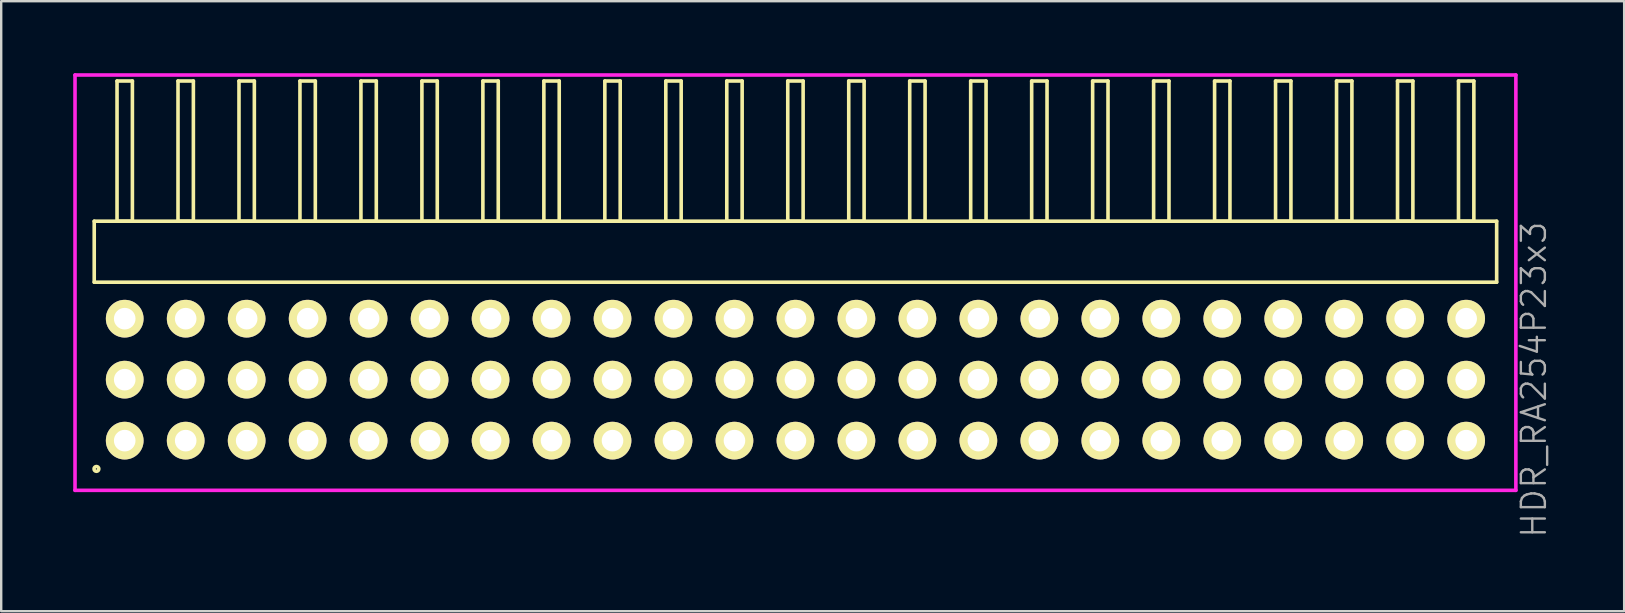
<source format=kicad_pcb>
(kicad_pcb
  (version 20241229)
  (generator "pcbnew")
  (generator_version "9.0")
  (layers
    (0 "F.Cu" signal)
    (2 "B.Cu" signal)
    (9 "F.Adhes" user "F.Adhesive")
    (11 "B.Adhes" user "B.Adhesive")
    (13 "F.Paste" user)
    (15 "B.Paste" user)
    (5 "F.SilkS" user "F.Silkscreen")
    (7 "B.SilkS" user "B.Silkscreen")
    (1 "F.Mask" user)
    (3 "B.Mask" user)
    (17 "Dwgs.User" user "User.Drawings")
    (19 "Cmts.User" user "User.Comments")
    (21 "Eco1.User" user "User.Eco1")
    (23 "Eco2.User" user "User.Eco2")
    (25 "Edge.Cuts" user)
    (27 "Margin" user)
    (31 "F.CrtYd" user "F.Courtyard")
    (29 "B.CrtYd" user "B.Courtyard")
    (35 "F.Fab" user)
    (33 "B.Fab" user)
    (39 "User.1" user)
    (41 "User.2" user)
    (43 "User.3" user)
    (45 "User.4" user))
  (footprint "HDR_RA254P23x3"
    (layer "F.Cu")
    (at 30.085 12.765)
    (property "Reference" "HDR_RA254P23x3" (at 30.76 0 90) (layer "F.Fab") (effects (font (size 1 1) (thickness 0.1))))
    (attr through_hole)
    (fp_line (start -29.21 -6.6) (end -29.21 -4.06) (stroke (width 0.15) (type solid)) (layer "F.SilkS"))
    (fp_line (start -29.21 -4.06) (end 29.21 -4.06) (stroke (width 0.15) (type solid)) (layer "F.SilkS"))
    (fp_line (start -28.26 -12.44) (end -28.26 -6.6) (stroke (width 0.15) (type solid)) (layer "F.SilkS"))
    (fp_line (start -28.26 -6.6) (end -27.62 -6.6) (stroke (width 0.15) (type solid)) (layer "F.SilkS"))
    (fp_line (start -27.62 -12.44) (end -28.26 -12.44) (stroke (width 0.15) (type solid)) (layer "F.SilkS"))
    (fp_line (start -27.62 -6.6) (end -27.62 -12.44) (stroke (width 0.15) (type solid)) (layer "F.SilkS"))
    (fp_line (start -25.72 -12.44) (end -25.72 -6.6) (stroke (width 0.15) (type solid)) (layer "F.SilkS"))
    (fp_line (start -25.72 -6.6) (end -25.08 -6.6) (stroke (width 0.15) (type solid)) (layer "F.SilkS"))
    (fp_line (start -25.08 -12.44) (end -25.72 -12.44) (stroke (width 0.15) (type solid)) (layer "F.SilkS"))
    (fp_line (start -25.08 -6.6) (end -25.08 -12.44) (stroke (width 0.15) (type solid)) (layer "F.SilkS"))
    (fp_line (start -23.18 -12.44) (end -23.18 -6.6) (stroke (width 0.15) (type solid)) (layer "F.SilkS"))
    (fp_line (start -23.18 -6.6) (end -22.54 -6.6) (stroke (width 0.15) (type solid)) (layer "F.SilkS"))
    (fp_line (start -22.54 -12.44) (end -23.18 -12.44) (stroke (width 0.15) (type solid)) (layer "F.SilkS"))
    (fp_line (start -22.54 -6.6) (end -22.54 -12.44) (stroke (width 0.15) (type solid)) (layer "F.SilkS"))
    (fp_line (start -20.64 -12.44) (end -20.64 -6.6) (stroke (width 0.15) (type solid)) (layer "F.SilkS"))
    (fp_line (start -20.64 -6.6) (end -20 -6.6) (stroke (width 0.15) (type solid)) (layer "F.SilkS"))
    (fp_line (start -20 -12.44) (end -20.64 -12.44) (stroke (width 0.15) (type solid)) (layer "F.SilkS"))
    (fp_line (start -20 -6.6) (end -20 -12.44) (stroke (width 0.15) (type solid)) (layer "F.SilkS"))
    (fp_line (start -18.1 -12.44) (end -18.1 -6.6) (stroke (width 0.15) (type solid)) (layer "F.SilkS"))
    (fp_line (start -18.1 -6.6) (end -17.46 -6.6) (stroke (width 0.15) (type solid)) (layer "F.SilkS"))
    (fp_line (start -17.46 -12.44) (end -18.1 -12.44) (stroke (width 0.15) (type solid)) (layer "F.SilkS"))
    (fp_line (start -17.46 -6.6) (end -17.46 -12.44) (stroke (width 0.15) (type solid)) (layer "F.SilkS"))
    (fp_line (start -15.56 -12.44) (end -15.56 -6.6) (stroke (width 0.15) (type solid)) (layer "F.SilkS"))
    (fp_line (start -15.56 -6.6) (end -14.92 -6.6) (stroke (width 0.15) (type solid)) (layer "F.SilkS"))
    (fp_line (start -14.92 -12.44) (end -15.56 -12.44) (stroke (width 0.15) (type solid)) (layer "F.SilkS"))
    (fp_line (start -14.92 -6.6) (end -14.92 -12.44) (stroke (width 0.15) (type solid)) (layer "F.SilkS"))
    (fp_line (start -13.02 -12.44) (end -13.02 -6.6) (stroke (width 0.15) (type solid)) (layer "F.SilkS"))
    (fp_line (start -13.02 -6.6) (end -12.38 -6.6) (stroke (width 0.15) (type solid)) (layer "F.SilkS"))
    (fp_line (start -12.38 -12.44) (end -13.02 -12.44) (stroke (width 0.15) (type solid)) (layer "F.SilkS"))
    (fp_line (start -12.38 -6.6) (end -12.38 -12.44) (stroke (width 0.15) (type solid)) (layer "F.SilkS"))
    (fp_line (start -10.48 -12.44) (end -10.48 -6.6) (stroke (width 0.15) (type solid)) (layer "F.SilkS"))
    (fp_line (start -10.48 -6.6) (end -9.84 -6.6) (stroke (width 0.15) (type solid)) (layer "F.SilkS"))
    (fp_line (start -9.84 -12.44) (end -10.48 -12.44) (stroke (width 0.15) (type solid)) (layer "F.SilkS"))
    (fp_line (start -9.84 -6.6) (end -9.84 -12.44) (stroke (width 0.15) (type solid)) (layer "F.SilkS"))
    (fp_line (start -7.94 -12.44) (end -7.94 -6.6) (stroke (width 0.15) (type solid)) (layer "F.SilkS"))
    (fp_line (start -7.94 -6.6) (end -7.3 -6.6) (stroke (width 0.15) (type solid)) (layer "F.SilkS"))
    (fp_line (start -7.3 -12.44) (end -7.94 -12.44) (stroke (width 0.15) (type solid)) (layer "F.SilkS"))
    (fp_line (start -7.3 -6.6) (end -7.3 -12.44) (stroke (width 0.15) (type solid)) (layer "F.SilkS"))
    (fp_line (start -5.4 -12.44) (end -5.4 -6.6) (stroke (width 0.15) (type solid)) (layer "F.SilkS"))
    (fp_line (start -5.4 -6.6) (end -4.76 -6.6) (stroke (width 0.15) (type solid)) (layer "F.SilkS"))
    (fp_line (start -4.76 -12.44) (end -5.4 -12.44) (stroke (width 0.15) (type solid)) (layer "F.SilkS"))
    (fp_line (start -4.76 -6.6) (end -4.76 -12.44) (stroke (width 0.15) (type solid)) (layer "F.SilkS"))
    (fp_line (start -2.86 -12.44) (end -2.86 -6.6) (stroke (width 0.15) (type solid)) (layer "F.SilkS"))
    (fp_line (start -2.86 -6.6) (end -2.22 -6.6) (stroke (width 0.15) (type solid)) (layer "F.SilkS"))
    (fp_line (start -2.22 -12.44) (end -2.86 -12.44) (stroke (width 0.15) (type solid)) (layer "F.SilkS"))
    (fp_line (start -2.22 -6.6) (end -2.22 -12.44) (stroke (width 0.15) (type solid)) (layer "F.SilkS"))
    (fp_line (start -0.32 -12.44) (end -0.32 -6.6) (stroke (width 0.15) (type solid)) (layer "F.SilkS"))
    (fp_line (start -0.32 -6.6) (end 0.32 -6.6) (stroke (width 0.15) (type solid)) (layer "F.SilkS"))
    (fp_line (start 0.32 -12.44) (end -0.32 -12.44) (stroke (width 0.15) (type solid)) (layer "F.SilkS"))
    (fp_line (start 0.32 -6.6) (end 0.32 -12.44) (stroke (width 0.15) (type solid)) (layer "F.SilkS"))
    (fp_line (start 2.22 -12.44) (end 2.22 -6.6) (stroke (width 0.15) (type solid)) (layer "F.SilkS"))
    (fp_line (start 2.22 -6.6) (end 2.86 -6.6) (stroke (width 0.15) (type solid)) (layer "F.SilkS"))
    (fp_line (start 2.86 -12.44) (end 2.22 -12.44) (stroke (width 0.15) (type solid)) (layer "F.SilkS"))
    (fp_line (start 2.86 -6.6) (end 2.86 -12.44) (stroke (width 0.15) (type solid)) (layer "F.SilkS"))
    (fp_line (start 4.76 -12.44) (end 4.76 -6.6) (stroke (width 0.15) (type solid)) (layer "F.SilkS"))
    (fp_line (start 4.76 -6.6) (end 5.4 -6.6) (stroke (width 0.15) (type solid)) (layer "F.SilkS"))
    (fp_line (start 5.4 -12.44) (end 4.76 -12.44) (stroke (width 0.15) (type solid)) (layer "F.SilkS"))
    (fp_line (start 5.4 -6.6) (end 5.4 -12.44) (stroke (width 0.15) (type solid)) (layer "F.SilkS"))
    (fp_line (start 7.3 -12.44) (end 7.3 -6.6) (stroke (width 0.15) (type solid)) (layer "F.SilkS"))
    (fp_line (start 7.3 -6.6) (end 7.94 -6.6) (stroke (width 0.15) (type solid)) (layer "F.SilkS"))
    (fp_line (start 7.94 -12.44) (end 7.3 -12.44) (stroke (width 0.15) (type solid)) (layer "F.SilkS"))
    (fp_line (start 7.94 -6.6) (end 7.94 -12.44) (stroke (width 0.15) (type solid)) (layer "F.SilkS"))
    (fp_line (start 9.84 -12.44) (end 9.84 -6.6) (stroke (width 0.15) (type solid)) (layer "F.SilkS"))
    (fp_line (start 9.84 -6.6) (end 10.48 -6.6) (stroke (width 0.15) (type solid)) (layer "F.SilkS"))
    (fp_line (start 10.48 -12.44) (end 9.84 -12.44) (stroke (width 0.15) (type solid)) (layer "F.SilkS"))
    (fp_line (start 10.48 -6.6) (end 10.48 -12.44) (stroke (width 0.15) (type solid)) (layer "F.SilkS"))
    (fp_line (start 12.38 -12.44) (end 12.38 -6.6) (stroke (width 0.15) (type solid)) (layer "F.SilkS"))
    (fp_line (start 12.38 -6.6) (end 13.02 -6.6) (stroke (width 0.15) (type solid)) (layer "F.SilkS"))
    (fp_line (start 13.02 -12.44) (end 12.38 -12.44) (stroke (width 0.15) (type solid)) (layer "F.SilkS"))
    (fp_line (start 13.02 -6.6) (end 13.02 -12.44) (stroke (width 0.15) (type solid)) (layer "F.SilkS"))
    (fp_line (start 14.92 -12.44) (end 14.92 -6.6) (stroke (width 0.15) (type solid)) (layer "F.SilkS"))
    (fp_line (start 14.92 -6.6) (end 15.56 -6.6) (stroke (width 0.15) (type solid)) (layer "F.SilkS"))
    (fp_line (start 15.56 -12.44) (end 14.92 -12.44) (stroke (width 0.15) (type solid)) (layer "F.SilkS"))
    (fp_line (start 15.56 -6.6) (end 15.56 -12.44) (stroke (width 0.15) (type solid)) (layer "F.SilkS"))
    (fp_line (start 17.46 -12.44) (end 17.46 -6.6) (stroke (width 0.15) (type solid)) (layer "F.SilkS"))
    (fp_line (start 17.46 -6.6) (end 18.1 -6.6) (stroke (width 0.15) (type solid)) (layer "F.SilkS"))
    (fp_line (start 18.1 -12.44) (end 17.46 -12.44) (stroke (width 0.15) (type solid)) (layer "F.SilkS"))
    (fp_line (start 18.1 -6.6) (end 18.1 -12.44) (stroke (width 0.15) (type solid)) (layer "F.SilkS"))
    (fp_line (start 20 -12.44) (end 20 -6.6) (stroke (width 0.15) (type solid)) (layer "F.SilkS"))
    (fp_line (start 20 -6.6) (end 20.64 -6.6) (stroke (width 0.15) (type solid)) (layer "F.SilkS"))
    (fp_line (start 20.64 -12.44) (end 20 -12.44) (stroke (width 0.15) (type solid)) (layer "F.SilkS"))
    (fp_line (start 20.64 -6.6) (end 20.64 -12.44) (stroke (width 0.15) (type solid)) (layer "F.SilkS"))
    (fp_line (start 22.54 -12.44) (end 22.54 -6.6) (stroke (width 0.15) (type solid)) (layer "F.SilkS"))
    (fp_line (start 22.54 -6.6) (end 23.18 -6.6) (stroke (width 0.15) (type solid)) (layer "F.SilkS"))
    (fp_line (start 23.18 -12.44) (end 22.54 -12.44) (stroke (width 0.15) (type solid)) (layer "F.SilkS"))
    (fp_line (start 23.18 -6.6) (end 23.18 -12.44) (stroke (width 0.15) (type solid)) (layer "F.SilkS"))
    (fp_line (start 25.08 -12.44) (end 25.08 -6.6) (stroke (width 0.15) (type solid)) (layer "F.SilkS"))
    (fp_line (start 25.08 -6.6) (end 25.72 -6.6) (stroke (width 0.15) (type solid)) (layer "F.SilkS"))
    (fp_line (start 25.72 -12.44) (end 25.08 -12.44) (stroke (width 0.15) (type solid)) (layer "F.SilkS"))
    (fp_line (start 25.72 -6.6) (end 25.72 -12.44) (stroke (width 0.15) (type solid)) (layer "F.SilkS"))
    (fp_line (start 27.62 -12.44) (end 27.62 -6.6) (stroke (width 0.15) (type solid)) (layer "F.SilkS"))
    (fp_line (start 27.62 -6.6) (end 28.26 -6.6) (stroke (width 0.15) (type solid)) (layer "F.SilkS"))
    (fp_line (start 28.26 -12.44) (end 27.62 -12.44) (stroke (width 0.15) (type solid)) (layer "F.SilkS"))
    (fp_line (start 28.26 -6.6) (end 28.26 -12.44) (stroke (width 0.15) (type solid)) (layer "F.SilkS"))
    (fp_line (start 29.21 -6.6) (end -29.21 -6.6) (stroke (width 0.15) (type solid)) (layer "F.SilkS"))
    (fp_line (start 29.21 -4.06) (end 29.21 -6.6) (stroke (width 0.15) (type solid)) (layer "F.SilkS"))
    (fp_circle (center -29.118 3.718) (end -29.018 3.718) (stroke (width 0.15) (type solid)) (fill no) (layer "F.SilkS"))
    (fp_line (start -30.01 -12.69) (end -30.01 4.61) (stroke (width 0.15) (type solid)) (layer "F.CrtYd"))
    (fp_line (start -30.01 4.61) (end 30.01 4.61) (stroke (width 0.15) (type solid)) (layer "F.CrtYd"))
    (fp_line (start 30.01 -12.69) (end -30.01 -12.69) (stroke (width 0.15) (type solid)) (layer "F.CrtYd"))
    (fp_line (start 30.01 4.61) (end 30.01 -12.69) (stroke (width 0.15) (type solid)) (layer "F.CrtYd"))
    (pad "1" thru_hole oval (at -27.94 2.54) (size 1.57 1.57) (drill 0.9) (layers "*.Cu" "*.Mask" "F.SilkS"))
    (pad "2" thru_hole oval (at -27.94 0) (size 1.57 1.57) (drill 0.9) (layers "*.Cu" "*.Mask" "F.SilkS"))
    (pad "3" thru_hole oval (at -27.94 -2.54) (size 1.57 1.57) (drill 0.9) (layers "*.Cu" "*.Mask" "F.SilkS"))
    (pad "4" thru_hole oval (at -25.4 2.54) (size 1.57 1.57) (drill 0.9) (layers "*.Cu" "*.Mask" "F.SilkS"))
    (pad "5" thru_hole oval (at -25.4 0) (size 1.57 1.57) (drill 0.9) (layers "*.Cu" "*.Mask" "F.SilkS"))
    (pad "6" thru_hole oval (at -25.4 -2.54) (size 1.57 1.57) (drill 0.9) (layers "*.Cu" "*.Mask" "F.SilkS"))
    (pad "7" thru_hole oval (at -22.86 2.54) (size 1.57 1.57) (drill 0.9) (layers "*.Cu" "*.Mask" "F.SilkS"))
    (pad "8" thru_hole oval (at -22.86 0) (size 1.57 1.57) (drill 0.9) (layers "*.Cu" "*.Mask" "F.SilkS"))
    (pad "9" thru_hole oval (at -22.86 -2.54) (size 1.57 1.57) (drill 0.9) (layers "*.Cu" "*.Mask" "F.SilkS"))
    (pad "10" thru_hole oval (at -20.32 2.54) (size 1.57 1.57) (drill 0.9) (layers "*.Cu" "*.Mask" "F.SilkS"))
    (pad "11" thru_hole oval (at -20.32 0) (size 1.57 1.57) (drill 0.9) (layers "*.Cu" "*.Mask" "F.SilkS"))
    (pad "12" thru_hole oval (at -20.32 -2.54) (size 1.57 1.57) (drill 0.9) (layers "*.Cu" "*.Mask" "F.SilkS"))
    (pad "13" thru_hole oval (at -17.78 2.54) (size 1.57 1.57) (drill 0.9) (layers "*.Cu" "*.Mask" "F.SilkS"))
    (pad "14" thru_hole oval (at -17.78 0) (size 1.57 1.57) (drill 0.9) (layers "*.Cu" "*.Mask" "F.SilkS"))
    (pad "15" thru_hole oval (at -17.78 -2.54) (size 1.57 1.57) (drill 0.9) (layers "*.Cu" "*.Mask" "F.SilkS"))
    (pad "16" thru_hole oval (at -15.24 2.54) (size 1.57 1.57) (drill 0.9) (layers "*.Cu" "*.Mask" "F.SilkS"))
    (pad "17" thru_hole oval (at -15.24 0) (size 1.57 1.57) (drill 0.9) (layers "*.Cu" "*.Mask" "F.SilkS"))
    (pad "18" thru_hole oval (at -15.24 -2.54) (size 1.57 1.57) (drill 0.9) (layers "*.Cu" "*.Mask" "F.SilkS"))
    (pad "19" thru_hole oval (at -12.7 2.54) (size 1.57 1.57) (drill 0.9) (layers "*.Cu" "*.Mask" "F.SilkS"))
    (pad "20" thru_hole oval (at -12.7 0) (size 1.57 1.57) (drill 0.9) (layers "*.Cu" "*.Mask" "F.SilkS"))
    (pad "21" thru_hole oval (at -12.7 -2.54) (size 1.57 1.57) (drill 0.9) (layers "*.Cu" "*.Mask" "F.SilkS"))
    (pad "22" thru_hole oval (at -10.16 2.54) (size 1.57 1.57) (drill 0.9) (layers "*.Cu" "*.Mask" "F.SilkS"))
    (pad "23" thru_hole oval (at -10.16 0) (size 1.57 1.57) (drill 0.9) (layers "*.Cu" "*.Mask" "F.SilkS"))
    (pad "24" thru_hole oval (at -10.16 -2.54) (size 1.57 1.57) (drill 0.9) (layers "*.Cu" "*.Mask" "F.SilkS"))
    (pad "25" thru_hole oval (at -7.62 2.54) (size 1.57 1.57) (drill 0.9) (layers "*.Cu" "*.Mask" "F.SilkS"))
    (pad "26" thru_hole oval (at -7.62 0) (size 1.57 1.57) (drill 0.9) (layers "*.Cu" "*.Mask" "F.SilkS"))
    (pad "27" thru_hole oval (at -7.62 -2.54) (size 1.57 1.57) (drill 0.9) (layers "*.Cu" "*.Mask" "F.SilkS"))
    (pad "28" thru_hole oval (at -5.08 2.54) (size 1.57 1.57) (drill 0.9) (layers "*.Cu" "*.Mask" "F.SilkS"))
    (pad "29" thru_hole oval (at -5.08 0) (size 1.57 1.57) (drill 0.9) (layers "*.Cu" "*.Mask" "F.SilkS"))
    (pad "30" thru_hole oval (at -5.08 -2.54) (size 1.57 1.57) (drill 0.9) (layers "*.Cu" "*.Mask" "F.SilkS"))
    (pad "31" thru_hole oval (at -2.54 2.54) (size 1.57 1.57) (drill 0.9) (layers "*.Cu" "*.Mask" "F.SilkS"))
    (pad "32" thru_hole oval (at -2.54 0) (size 1.57 1.57) (drill 0.9) (layers "*.Cu" "*.Mask" "F.SilkS"))
    (pad "33" thru_hole oval (at -2.54 -2.54) (size 1.57 1.57) (drill 0.9) (layers "*.Cu" "*.Mask" "F.SilkS"))
    (pad "34" thru_hole oval (at 0 2.54) (size 1.57 1.57) (drill 0.9) (layers "*.Cu" "*.Mask" "F.SilkS"))
    (pad "35" thru_hole oval (at 0 0) (size 1.57 1.57) (drill 0.9) (layers "*.Cu" "*.Mask" "F.SilkS"))
    (pad "36" thru_hole oval (at 0 -2.54) (size 1.57 1.57) (drill 0.9) (layers "*.Cu" "*.Mask" "F.SilkS"))
    (pad "37" thru_hole oval (at 2.54 2.54) (size 1.57 1.57) (drill 0.9) (layers "*.Cu" "*.Mask" "F.SilkS"))
    (pad "38" thru_hole oval (at 2.54 0) (size 1.57 1.57) (drill 0.9) (layers "*.Cu" "*.Mask" "F.SilkS"))
    (pad "39" thru_hole oval (at 2.54 -2.54) (size 1.57 1.57) (drill 0.9) (layers "*.Cu" "*.Mask" "F.SilkS"))
    (pad "40" thru_hole oval (at 5.08 2.54) (size 1.57 1.57) (drill 0.9) (layers "*.Cu" "*.Mask" "F.SilkS"))
    (pad "41" thru_hole oval (at 5.08 0) (size 1.57 1.57) (drill 0.9) (layers "*.Cu" "*.Mask" "F.SilkS"))
    (pad "42" thru_hole oval (at 5.08 -2.54) (size 1.57 1.57) (drill 0.9) (layers "*.Cu" "*.Mask" "F.SilkS"))
    (pad "43" thru_hole oval (at 7.62 2.54) (size 1.57 1.57) (drill 0.9) (layers "*.Cu" "*.Mask" "F.SilkS"))
    (pad "44" thru_hole oval (at 7.62 0) (size 1.57 1.57) (drill 0.9) (layers "*.Cu" "*.Mask" "F.SilkS"))
    (pad "45" thru_hole oval (at 7.62 -2.54) (size 1.57 1.57) (drill 0.9) (layers "*.Cu" "*.Mask" "F.SilkS"))
    (pad "46" thru_hole oval (at 10.16 2.54) (size 1.57 1.57) (drill 0.9) (layers "*.Cu" "*.Mask" "F.SilkS"))
    (pad "47" thru_hole oval (at 10.16 0) (size 1.57 1.57) (drill 0.9) (layers "*.Cu" "*.Mask" "F.SilkS"))
    (pad "48" thru_hole oval (at 10.16 -2.54) (size 1.57 1.57) (drill 0.9) (layers "*.Cu" "*.Mask" "F.SilkS"))
    (pad "49" thru_hole oval (at 12.7 2.54) (size 1.57 1.57) (drill 0.9) (layers "*.Cu" "*.Mask" "F.SilkS"))
    (pad "50" thru_hole oval (at 12.7 0) (size 1.57 1.57) (drill 0.9) (layers "*.Cu" "*.Mask" "F.SilkS"))
    (pad "51" thru_hole oval (at 12.7 -2.54) (size 1.57 1.57) (drill 0.9) (layers "*.Cu" "*.Mask" "F.SilkS"))
    (pad "52" thru_hole oval (at 15.24 2.54) (size 1.57 1.57) (drill 0.9) (layers "*.Cu" "*.Mask" "F.SilkS"))
    (pad "53" thru_hole oval (at 15.24 0) (size 1.57 1.57) (drill 0.9) (layers "*.Cu" "*.Mask" "F.SilkS"))
    (pad "54" thru_hole oval (at 15.24 -2.54) (size 1.57 1.57) (drill 0.9) (layers "*.Cu" "*.Mask" "F.SilkS"))
    (pad "55" thru_hole oval (at 17.78 2.54) (size 1.57 1.57) (drill 0.9) (layers "*.Cu" "*.Mask" "F.SilkS"))
    (pad "56" thru_hole oval (at 17.78 0) (size 1.57 1.57) (drill 0.9) (layers "*.Cu" "*.Mask" "F.SilkS"))
    (pad "57" thru_hole oval (at 17.78 -2.54) (size 1.57 1.57) (drill 0.9) (layers "*.Cu" "*.Mask" "F.SilkS"))
    (pad "58" thru_hole oval (at 20.32 2.54) (size 1.57 1.57) (drill 0.9) (layers "*.Cu" "*.Mask" "F.SilkS"))
    (pad "59" thru_hole oval (at 20.32 0) (size 1.57 1.57) (drill 0.9) (layers "*.Cu" "*.Mask" "F.SilkS"))
    (pad "60" thru_hole oval (at 20.32 -2.54) (size 1.57 1.57) (drill 0.9) (layers "*.Cu" "*.Mask" "F.SilkS"))
    (pad "61" thru_hole oval (at 22.86 2.54) (size 1.57 1.57) (drill 0.9) (layers "*.Cu" "*.Mask" "F.SilkS"))
    (pad "62" thru_hole oval (at 22.86 0) (size 1.57 1.57) (drill 0.9) (layers "*.Cu" "*.Mask" "F.SilkS"))
    (pad "63" thru_hole oval (at 22.86 -2.54) (size 1.57 1.57) (drill 0.9) (layers "*.Cu" "*.Mask" "F.SilkS"))
    (pad "64" thru_hole oval (at 25.4 2.54) (size 1.57 1.57) (drill 0.9) (layers "*.Cu" "*.Mask" "F.SilkS"))
    (pad "65" thru_hole oval (at 25.4 0) (size 1.57 1.57) (drill 0.9) (layers "*.Cu" "*.Mask" "F.SilkS"))
    (pad "66" thru_hole oval (at 25.4 -2.54) (size 1.57 1.57) (drill 0.9) (layers "*.Cu" "*.Mask" "F.SilkS"))
    (pad "67" thru_hole oval (at 27.94 2.54) (size 1.57 1.57) (drill 0.9) (layers "*.Cu" "*.Mask" "F.SilkS"))
    (pad "68" thru_hole oval (at 27.94 0) (size 1.57 1.57) (drill 0.9) (layers "*.Cu" "*.Mask" "F.SilkS"))
    (pad "69" thru_hole oval (at 27.94 -2.54) (size 1.57 1.57) (drill 0.9) (layers "*.Cu" "*.Mask" "F.SilkS")))
  (gr_rect
    (start -3 -3)
    (end 64.606 22.41)
    (stroke (width 0.1) (type default))
    (fill no)
    (layer "Edge.Cuts")))
</source>
